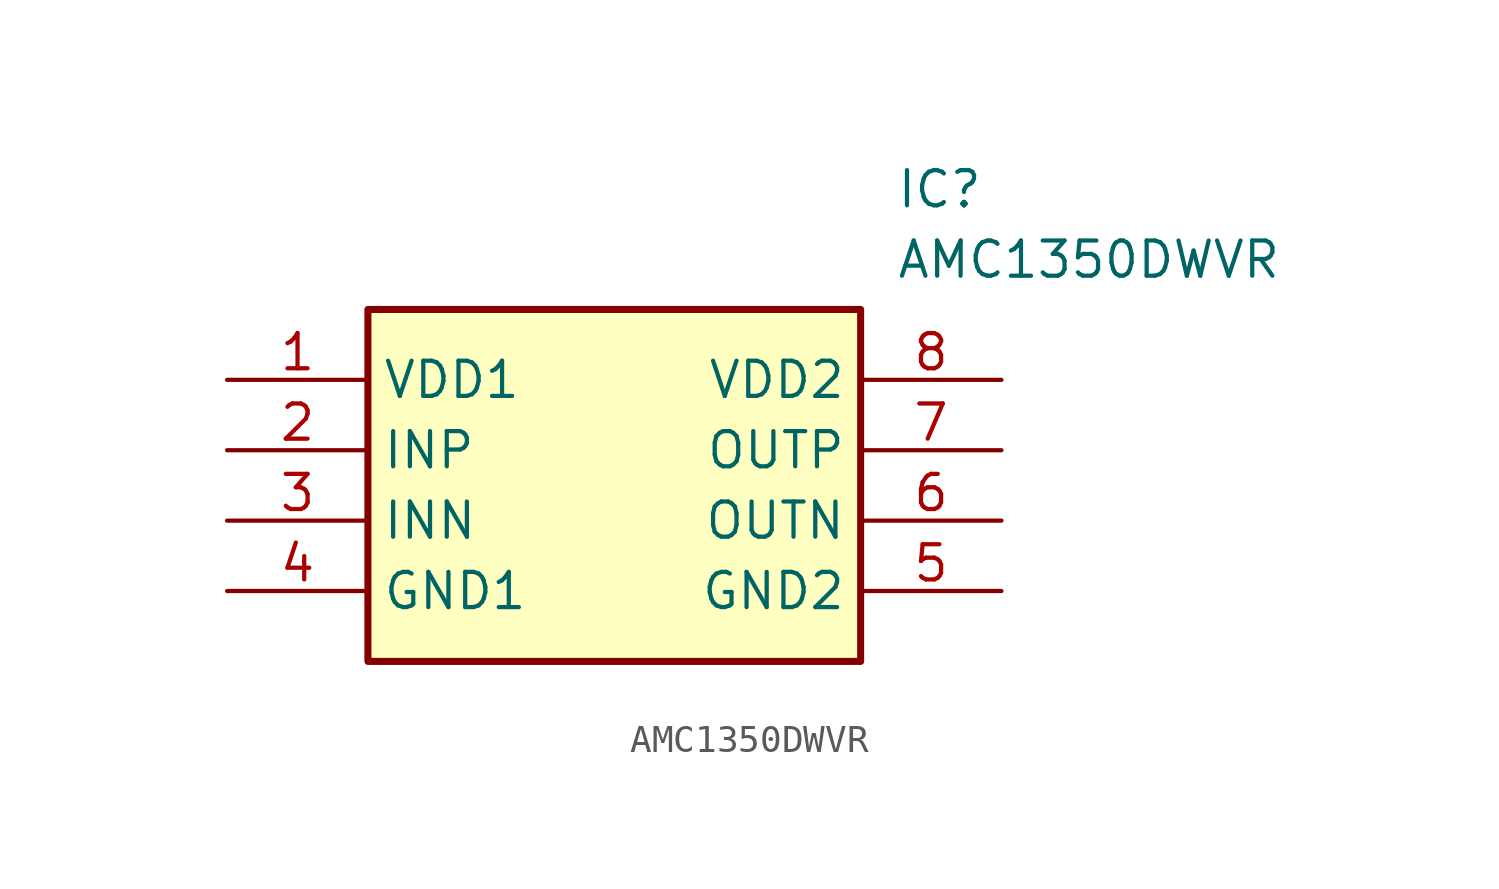
<source format=kicad_sym>
(kicad_symbol_lib
  (version 20211014)
  (generator SamacSys_ECAD_Model)
  (symbol "AMC1350DWVR"
    (property "Reference" "IC"
      (at 24.13 7.62 0)
      (effects (font (size 1.27 1.27)) (justify left top)))
    (property "Value" "AMC1350DWVR"
      (at 24.13 5.08 0)
      (effects (font (size 1.27 1.27)) (justify left top)))
    (rectangle
      (start 5.08 2.54)
      (end 22.86 -10.16)
      (stroke (width 0.254) (type default))
      (fill (type background)))
    (pin passive line
      (at 0 0 0)
      (length 5.08)
      (name "VDD1" (effects (font (size 1.27 1.27))))
      (number "1" (effects (font (size 1.27 1.27)))))
    (pin passive line
      (at 0 -2.54 0)
      (length 5.08)
      (name "INP" (effects (font (size 1.27 1.27))))
      (number "2" (effects (font (size 1.27 1.27)))))
    (pin passive line
      (at 0 -5.08 0)
      (length 5.08)
      (name "INN" (effects (font (size 1.27 1.27))))
      (number "3" (effects (font (size 1.27 1.27)))))
    (pin passive line
      (at 0 -7.62 0)
      (length 5.08)
      (name "GND1" (effects (font (size 1.27 1.27))))
      (number "4" (effects (font (size 1.27 1.27)))))
    (pin passive line
      (at 27.94 0 180)
      (length 5.08)
      (name "VDD2" (effects (font (size 1.27 1.27))))
      (number "8" (effects (font (size 1.27 1.27)))))
    (pin passive line
      (at 27.94 -2.54 180)
      (length 5.08)
      (name "OUTP" (effects (font (size 1.27 1.27))))
      (number "7" (effects (font (size 1.27 1.27)))))
    (pin passive line
      (at 27.94 -5.08 180)
      (length 5.08)
      (name "OUTN" (effects (font (size 1.27 1.27))))
      (number "6" (effects (font (size 1.27 1.27)))))
    (pin passive line
      (at 27.94 -7.62 180)
      (length 5.08)
      (name "GND2" (effects (font (size 1.27 1.27))))
      (number "5" (effects (font (size 1.27 1.27)))))))
</source>
